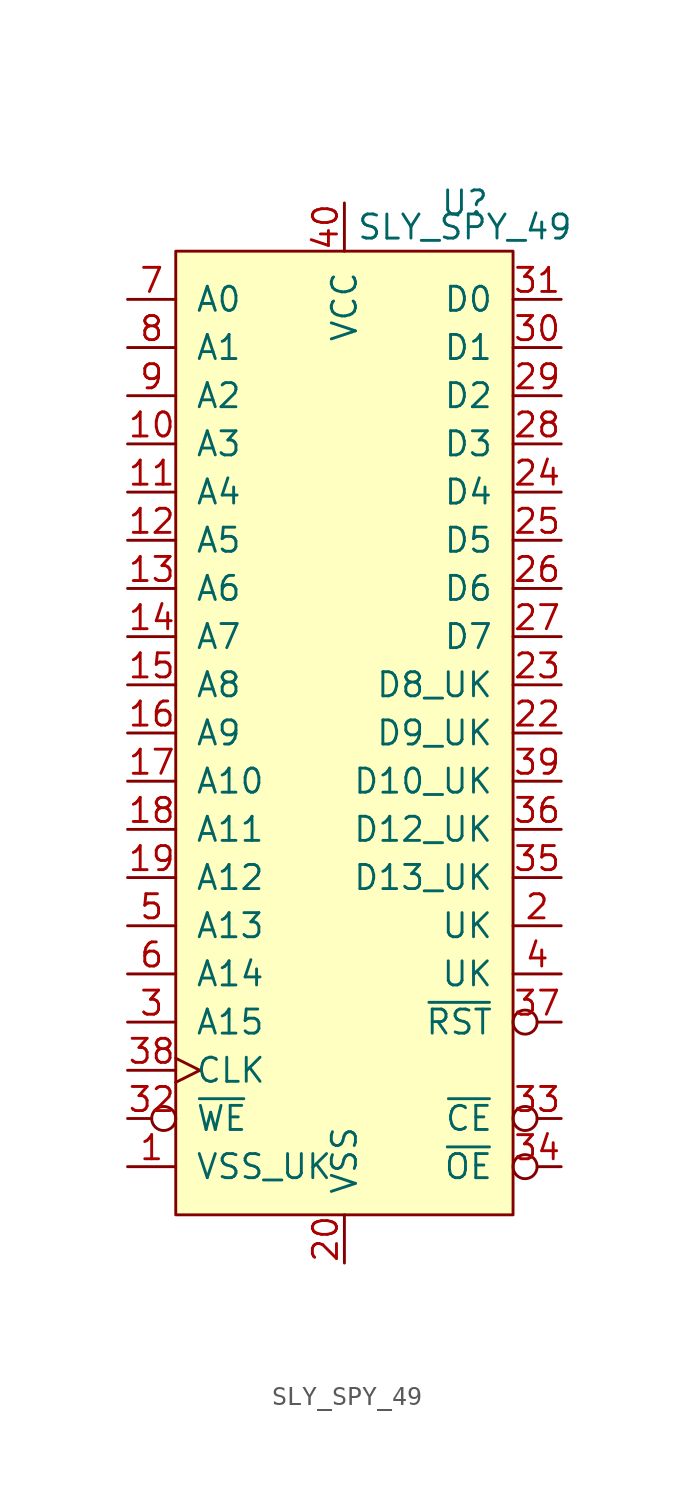
<source format=kicad_sym>
(kicad_symbol_lib
  (version 20211014)
  (generator kicad_symbol_editor)
  (symbol "SLY_SPY_49"
    (pin_names
      (offset 1.016))
    (property "Reference" "U"
      (at 6.35 25.4 0)
      (effects (font (size 1.27 1.27))))
    (property "Value" "SLY_SPY_49"
      (at 6.35 24.13 0)
      (effects (font (size 1.27 1.27))))
    (symbol "SLY_SPY_49_1_1"
      (rectangle (start -8.89 22.86) (end 8.89 -27.94) (stroke (width 0) (type default) (color 0 0 0 0)) (fill (type background)))
      (pin input line (at -11.43 -25.4 0) (length 2.54) (name "VSS_UK" (effects (font (size 1.27 1.27)))) (number "1" (effects (font (size 1.27 1.27)))))
      (pin input line (at -11.43 12.7 0) (length 2.54) (name "A3" (effects (font (size 1.27 1.27)))) (number "10" (effects (font (size 1.27 1.27)))))
      (pin input line (at -11.43 10.16 0) (length 2.54) (name "A4" (effects (font (size 1.27 1.27)))) (number "11" (effects (font (size 1.27 1.27)))))
      (pin input line (at -11.43 7.62 0) (length 2.54) (name "A5" (effects (font (size 1.27 1.27)))) (number "12" (effects (font (size 1.27 1.27)))))
      (pin input line (at -11.43 5.08 0) (length 2.54) (name "A6" (effects (font (size 1.27 1.27)))) (number "13" (effects (font (size 1.27 1.27)))))
      (pin input line (at -11.43 2.54 0) (length 2.54) (name "A7" (effects (font (size 1.27 1.27)))) (number "14" (effects (font (size 1.27 1.27)))))
      (pin input line (at -11.43 0 0) (length 2.54) (name "A8" (effects (font (size 1.27 1.27)))) (number "15" (effects (font (size 1.27 1.27)))))
      (pin input line (at -11.43 -2.54 0) (length 2.54) (name "A9" (effects (font (size 1.27 1.27)))) (number "16" (effects (font (size 1.27 1.27)))))
      (pin input line (at -11.43 -5.08 0) (length 2.54) (name "A10" (effects (font (size 1.27 1.27)))) (number "17" (effects (font (size 1.27 1.27)))))
      (pin input line (at -11.43 -7.62 0) (length 2.54) (name "A11" (effects (font (size 1.27 1.27)))) (number "18" (effects (font (size 1.27 1.27)))))
      (pin input line (at -11.43 -10.16 0) (length 2.54) (name "A12" (effects (font (size 1.27 1.27)))) (number "19" (effects (font (size 1.27 1.27)))))
      (pin output line (at 11.43 -12.7 180) (length 2.54) (name "UK" (effects (font (size 1.27 1.27)))) (number "2" (effects (font (size 1.27 1.27)))))
      (pin power_in line (at 0 -30.48 90) (length 2.54) (name "VSS" (effects (font (size 1.27 1.27)))) (number "20" (effects (font (size 1.27 1.27)))))
      (pin output line (at 11.43 -2.54 180) (length 2.54) (name "D9_UK" (effects (font (size 1.27 1.27)))) (number "22" (effects (font (size 1.27 1.27)))))
      (pin output line (at 11.43 0 180) (length 2.54) (name "D8_UK" (effects (font (size 1.27 1.27)))) (number "23" (effects (font (size 1.27 1.27)))))
      (pin output line (at 11.43 10.16 180) (length 2.54) (name "D4" (effects (font (size 1.27 1.27)))) (number "24" (effects (font (size 1.27 1.27)))))
      (pin output line (at 11.43 7.62 180) (length 2.54) (name "D5" (effects (font (size 1.27 1.27)))) (number "25" (effects (font (size 1.27 1.27)))))
      (pin output line (at 11.43 5.08 180) (length 2.54) (name "D6" (effects (font (size 1.27 1.27)))) (number "26" (effects (font (size 1.27 1.27)))))
      (pin output line (at 11.43 2.54 180) (length 2.54) (name "D7" (effects (font (size 1.27 1.27)))) (number "27" (effects (font (size 1.27 1.27)))))
      (pin output line (at 11.43 12.7 180) (length 2.54) (name "D3" (effects (font (size 1.27 1.27)))) (number "28" (effects (font (size 1.27 1.27)))))
      (pin output line (at 11.43 15.24 180) (length 2.54) (name "D2" (effects (font (size 1.27 1.27)))) (number "29" (effects (font (size 1.27 1.27)))))
      (pin input line (at -11.43 -17.78 0) (length 2.54) (name "A15" (effects (font (size 1.27 1.27)))) (number "3" (effects (font (size 1.27 1.27)))))
      (pin output line (at 11.43 17.78 180) (length 2.54) (name "D1" (effects (font (size 1.27 1.27)))) (number "30" (effects (font (size 1.27 1.27)))))
      (pin output line (at 11.43 20.32 180) (length 2.54) (name "D0" (effects (font (size 1.27 1.27)))) (number "31" (effects (font (size 1.27 1.27)))))
      (pin input inverted (at -11.43 -22.86 0) (length 2.54) (name "~{WE}" (effects (font (size 1.27 1.27)))) (number "32" (effects (font (size 1.27 1.27)))))
      (pin output inverted (at 11.43 -22.86 180) (length 2.54) (name "~{CE}" (effects (font (size 1.27 1.27)))) (number "33" (effects (font (size 1.27 1.27)))))
      (pin output inverted (at 11.43 -25.4 180) (length 2.54) (name "~{OE}" (effects (font (size 1.27 1.27)))) (number "34" (effects (font (size 1.27 1.27)))))
      (pin output line (at 11.43 -10.16 180) (length 2.54) (name "D13_UK" (effects (font (size 1.27 1.27)))) (number "35" (effects (font (size 1.27 1.27)))))
      (pin output line (at 11.43 -7.62 180) (length 2.54) (name "D12_UK" (effects (font (size 1.27 1.27)))) (number "36" (effects (font (size 1.27 1.27)))))
      (pin output inverted (at 11.43 -17.78 180) (length 2.54) (name "~{RST}" (effects (font (size 1.27 1.27)))) (number "37" (effects (font (size 1.27 1.27)))))
      (pin input clock (at -11.43 -20.32 0) (length 2.54) (name "CLK" (effects (font (size 1.27 1.27)))) (number "38" (effects (font (size 1.27 1.27)))))
      (pin output line (at 11.43 -5.08 180) (length 2.54) (name "D10_UK" (effects (font (size 1.27 1.27)))) (number "39" (effects (font (size 1.27 1.27)))))
      (pin output line (at 11.43 -15.24 180) (length 2.54) (name "UK" (effects (font (size 1.27 1.27)))) (number "4" (effects (font (size 1.27 1.27)))))
      (pin power_in line (at 0 25.4 270) (length 2.54) (name "VCC" (effects (font (size 1.27 1.27)))) (number "40" (effects (font (size 1.27 1.27)))))
      (pin input line (at -11.43 -12.7 0) (length 2.54) (name "A13" (effects (font (size 1.27 1.27)))) (number "5" (effects (font (size 1.27 1.27)))))
      (pin input line (at -11.43 -15.24 0) (length 2.54) (name "A14" (effects (font (size 1.27 1.27)))) (number "6" (effects (font (size 1.27 1.27)))))
      (pin input line (at -11.43 20.32 0) (length 2.54) (name "A0" (effects (font (size 1.27 1.27)))) (number "7" (effects (font (size 1.27 1.27)))))
      (pin input line (at -11.43 17.78 0) (length 2.54) (name "A1" (effects (font (size 1.27 1.27)))) (number "8" (effects (font (size 1.27 1.27)))))
      (pin input line (at -11.43 15.24 0) (length 2.54) (name "A2" (effects (font (size 1.27 1.27)))) (number "9" (effects (font (size 1.27 1.27))))))))
</source>
